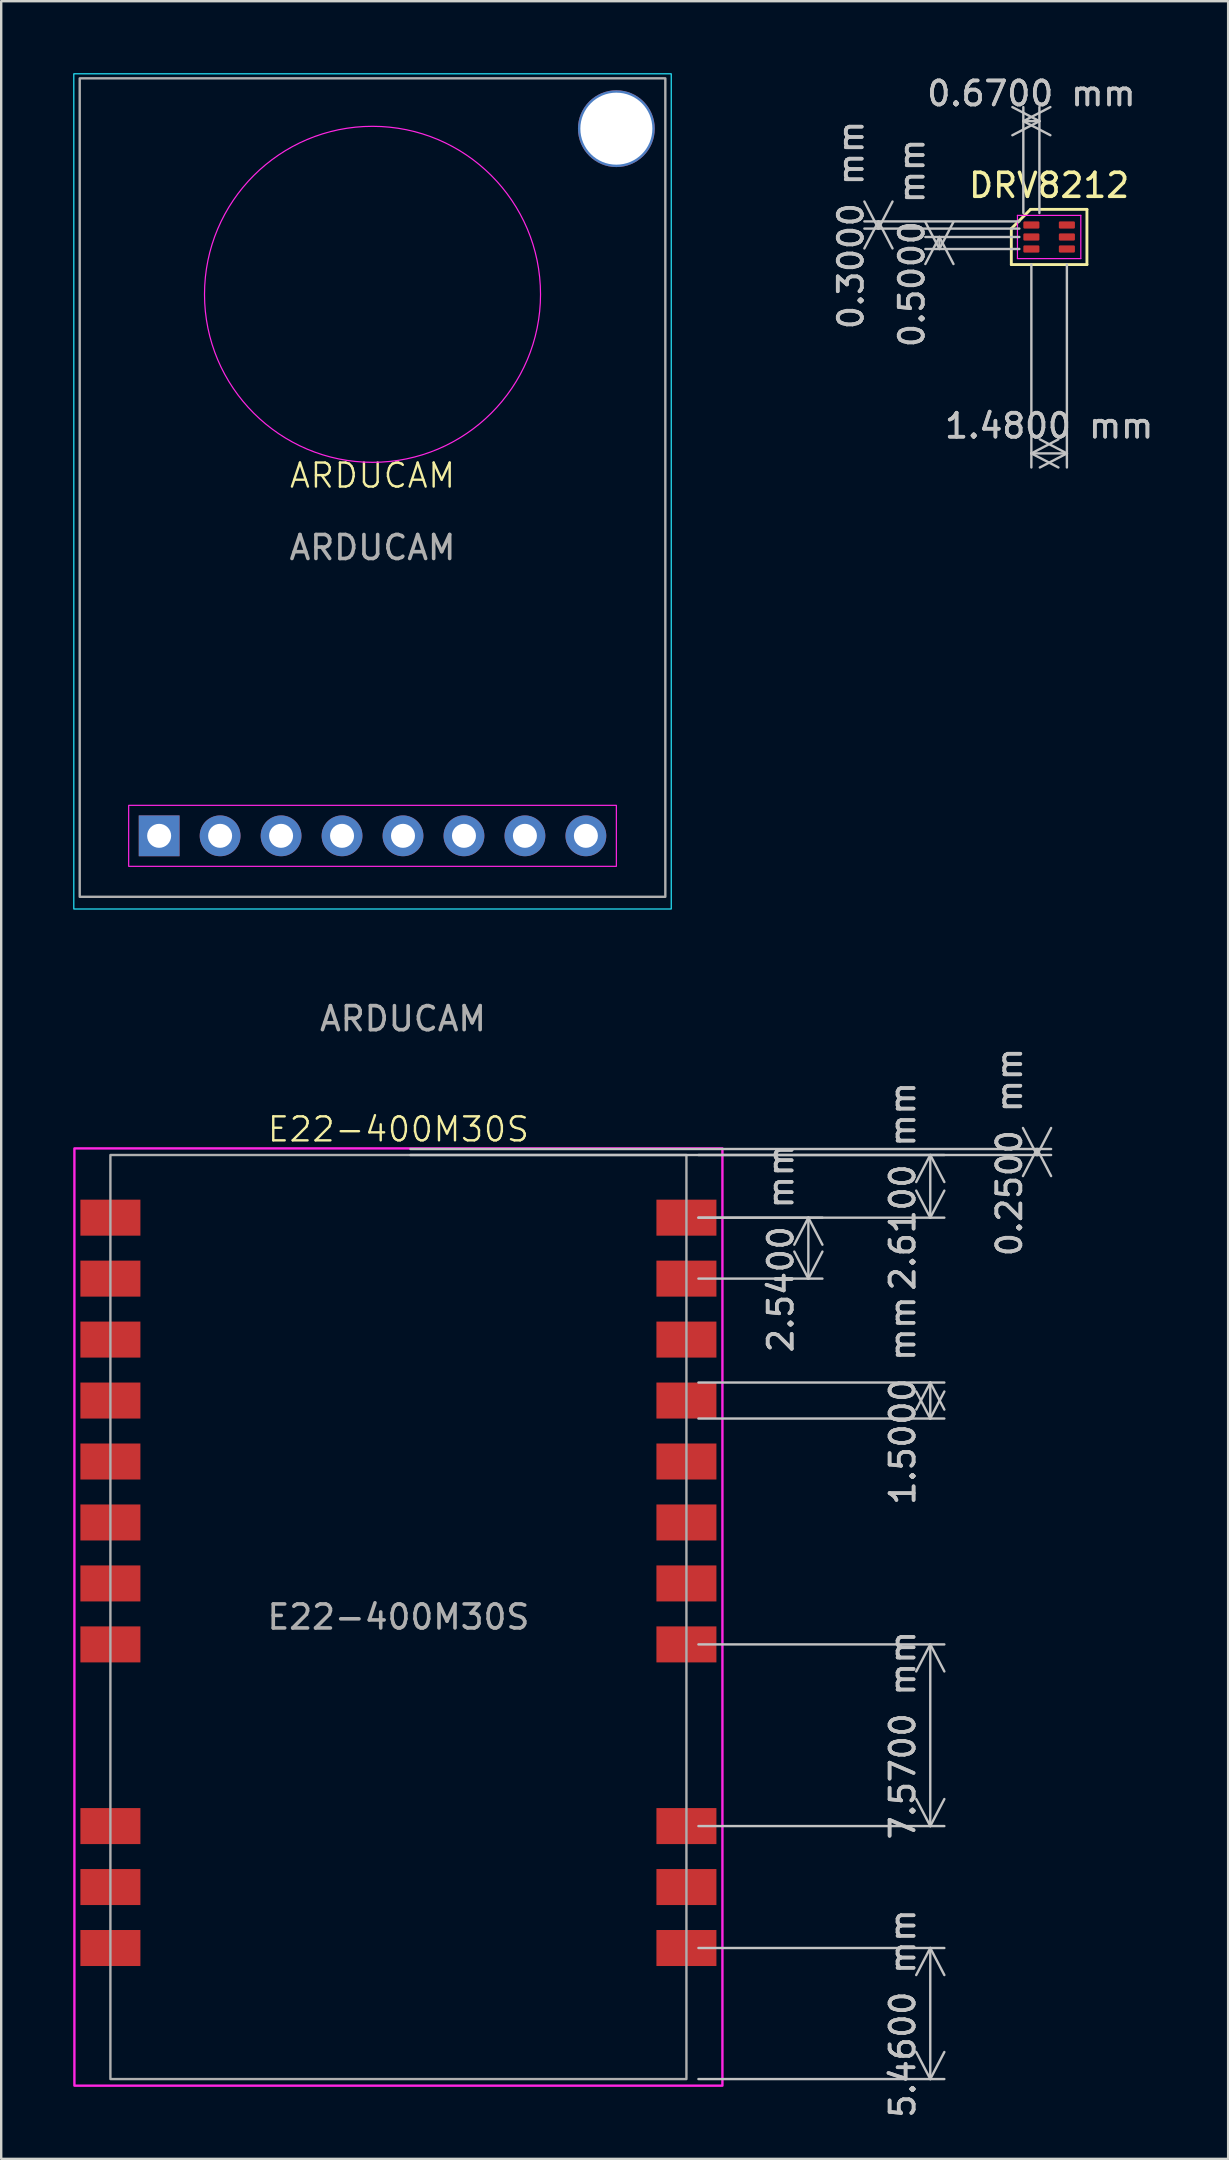
<source format=kicad_pcb>
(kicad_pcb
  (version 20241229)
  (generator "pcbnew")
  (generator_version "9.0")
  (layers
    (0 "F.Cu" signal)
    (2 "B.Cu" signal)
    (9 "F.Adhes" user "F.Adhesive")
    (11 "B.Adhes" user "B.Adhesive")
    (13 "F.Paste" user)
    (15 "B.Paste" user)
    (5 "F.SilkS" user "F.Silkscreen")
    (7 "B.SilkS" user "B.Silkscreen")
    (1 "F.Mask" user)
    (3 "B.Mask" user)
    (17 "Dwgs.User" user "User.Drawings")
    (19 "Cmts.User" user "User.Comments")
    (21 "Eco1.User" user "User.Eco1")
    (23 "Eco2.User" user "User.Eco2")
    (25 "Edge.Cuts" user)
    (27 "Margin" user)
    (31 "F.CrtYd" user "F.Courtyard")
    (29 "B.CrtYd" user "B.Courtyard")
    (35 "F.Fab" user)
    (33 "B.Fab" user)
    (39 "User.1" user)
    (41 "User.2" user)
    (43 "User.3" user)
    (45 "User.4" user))
  (footprint "E22-400M30S"
    (layer "F.Cu")
    (at 13.55 64.324)
    (property "Reference" "E22-400M30S" (at 0 -20.32 0) (unlocked yes) (layer "F.SilkS") (effects (font (size 1 1) (thickness 0.1))))
    (attr smd)
    (fp_rect (start 13.5 -19.525) (end -13.5 19.525) (stroke (width 0.1) (type default)) (fill no) (layer "F.CrtYd"))
    (fp_rect (start -12 -19.25) (end 12 19.25) (stroke (width 0.1) (type default)) (fill no) (layer "F.Fab"))
    (fp_text user "${REFERENCE}" (at 0 0 0) (unlocked yes) (layer "F.Fab") (effects (font (size 1 1) (thickness 0.15))))
    (dimension (type aligned) (layer "Dwgs.User") (pts (xy 25.55 47.684) (xy 25.55 50.224)) (height -5.08) (format (prefix "") (suffix "") (units 3) (units_format 1) (precision 4)) (style (thickness 0.1) (arrow_length 1.27) (text_position_mode 0) (arrow_direction outward) (extension_height 0.586) (extension_offset 0.5) (keep_text_aligned yes)) (gr_text "2.5400 mm" (at 29.48 48.954 90) (layer "Dwgs.User") (effects (font (size 1 1) (thickness 0.15)))))
    (dimension (type aligned) (layer "Dwgs.User") (pts (xy 25.55 83.574) (xy 25.55 78.114)) (height 10.16) (format (prefix "") (suffix "") (units 3) (units_format 1) (precision 4)) (style (thickness 0.1) (arrow_length 1.27) (text_position_mode 0) (arrow_direction outward) (extension_height 0.586) (extension_offset 0.5) (keep_text_aligned yes)) (gr_text "5.4600 mm" (at 34.56 80.844 90) (layer "Dwgs.User") (effects (font (size 1 1) (thickness 0.15)))))
    (dimension (type aligned) (layer "Dwgs.User") (pts (xy 13.55 45.074) (xy 13.55 44.824)) (height 26.608) (format (prefix "") (suffix "") (units 3) (units_format 1) (precision 4)) (style (thickness 0.1) (arrow_length 1.27) (text_position_mode 0) (arrow_direction outward) (extension_height 0.586) (extension_offset 0.5) (keep_text_aligned yes)) (gr_text "0.2500 mm" (at 39.008 44.949 90) (layer "Dwgs.User") (effects (font (size 1 1) (thickness 0.15)))))
    (dimension (type aligned) (layer "Dwgs.User") (pts (xy 25.55 47.684) (xy 25.55 45.074)) (height 10.16) (format (prefix "") (suffix "") (units 3) (units_format 1) (precision 4)) (style (thickness 0.1) (arrow_length 1.27) (text_position_mode 0) (arrow_direction outward) (extension_height 0.586) (extension_offset 0.5) (keep_text_aligned yes)) (gr_text "2.6100 mm" (at 34.56 46.379 90) (layer "Dwgs.User") (effects (font (size 1 1) (thickness 0.15)))))
    (dimension (type aligned) (layer "Dwgs.User") (pts (xy 25.55 73.034) (xy 25.55 65.464)) (height 10.16) (format (prefix "") (suffix "") (units 3) (units_format 1) (precision 4)) (style (thickness 0.1) (arrow_length 1.27) (text_position_mode 0) (arrow_direction outward) (extension_height 0.586) (extension_offset 0.5) (keep_text_aligned yes)) (gr_text "7.5700 mm" (at 34.56 69.249 90) (layer "Dwgs.User") (effects (font (size 1 1) (thickness 0.15)))))
    (dimension (type aligned) (layer "Dwgs.User") (pts (xy 25.55 54.554) (xy 25.55 56.054)) (height -10.16) (format (prefix "") (suffix "") (units 3) (units_format 1) (precision 4)) (style (thickness 0.1) (arrow_length 1.27) (text_position_mode 0) (arrow_direction outward) (extension_height 0.586) (extension_offset 0.5) (keep_text_aligned yes)) (gr_text "1.5000 mm" (at 34.56 55.304 90) (layer "Dwgs.User") (effects (font (size 1 1) (thickness 0.15)))))
    (pad "1" smd rect (at 12 13.79) (size 2.5 1.5) (layers "F.Cu" "F.Mask" "F.Paste"))
    (pad "2" smd rect (at 12 11.25) (size 2.5 1.5) (layers "F.Cu" "F.Mask" "F.Paste"))
    (pad "3" smd rect (at 12 8.71) (size 2.5 1.5) (layers "F.Cu" "F.Mask" "F.Paste"))
    (pad "4" smd rect (at 12 1.14) (size 2.5 1.5) (layers "F.Cu" "F.Mask" "F.Paste"))
    (pad "5" smd rect (at 12 -1.4) (size 2.5 1.5) (layers "F.Cu" "F.Mask" "F.Paste"))
    (pad "6" smd rect (at 12 -3.94) (size 2.5 1.5) (layers "F.Cu" "F.Mask" "F.Paste"))
    (pad "7" smd rect (at 12 -6.48) (size 2.5 1.5) (layers "F.Cu" "F.Mask" "F.Paste"))
    (pad "8" smd rect (at 12 -9.02) (size 2.5 1.5) (layers "F.Cu" "F.Mask" "F.Paste"))
    (pad "9" smd rect (at 12 -11.56) (size 2.5 1.5) (layers "F.Cu" "F.Mask" "F.Paste"))
    (pad "10" smd rect (at 12 -14.1) (size 2.5 1.5) (layers "F.Cu" "F.Mask" "F.Paste"))
    (pad "11" smd rect (at 12 -16.64) (size 2.5 1.5) (layers "F.Cu" "F.Mask" "F.Paste"))
    (pad "12" smd rect (at -12 -16.64) (size 2.5 1.5) (layers "F.Cu" "F.Mask" "F.Paste"))
    (pad "13" smd rect (at -12 -14.1) (size 2.5 1.5) (layers "F.Cu" "F.Mask" "F.Paste"))
    (pad "14" smd rect (at -12 -11.56) (size 2.5 1.5) (layers "F.Cu" "F.Mask" "F.Paste"))
    (pad "15" smd rect (at -12 -9.02) (size 2.5 1.5) (layers "F.Cu" "F.Mask" "F.Paste"))
    (pad "16" smd rect (at -12 -6.48) (size 2.5 1.5) (layers "F.Cu" "F.Mask" "F.Paste"))
    (pad "17" smd rect (at -12 -3.94) (size 2.5 1.5) (layers "F.Cu" "F.Mask" "F.Paste"))
    (pad "18" smd rect (at -12 -1.4) (size 2.5 1.5) (layers "F.Cu" "F.Mask" "F.Paste"))
    (pad "19" smd rect (at -12 1.14) (size 2.5 1.5) (layers "F.Cu" "F.Mask" "F.Paste"))
    (pad "20" smd rect (at -12 8.71) (size 2.5 1.5) (layers "F.Cu" "F.Mask" "F.Paste"))
    (pad "21" smd rect (at -12 11.25) (size 2.5 1.5) (layers "F.Cu" "F.Mask" "F.Paste"))
    (pad "22" smd rect (at -12 13.79) (size 2.5 1.5) (layers "F.Cu" "F.Mask" "F.Paste")))
  (footprint "ARDUCAM"
    (layer "F.Cu")
    (at 12.471 17.265)
    (property "Reference" "ARDUCAM" (at 0 -0.5 0) (unlocked yes) (layer "F.SilkS") (effects (font (size 1 1) (thickness 0.1))))
    (attr through_hole)
    (fp_rect (start -12.446 -17.24) (end 12.446 17.558) (stroke (width 0.05) (type default)) (fill no) (layer "B.CrtYd"))
    (fp_rect (start -10.16 13.24) (end 10.16 15.78) (stroke (width 0.05) (type default)) (fill no) (layer "F.CrtYd"))
    (fp_circle (center 0 -8.052) (end 7 -8.052) (stroke (width 0.05) (type default)) (fill no) (layer "F.CrtYd"))
    (fp_rect (start -12.2 -17.05) (end 12.2 17.05) (stroke (width 0.1) (type default)) (fill no) (layer "F.Fab"))
    (fp_text user "${REFERENCE}" (at 0 2.5 0) (unlocked yes) (layer "F.Fab") (effects (font (size 1 1) (thickness 0.15))))
    (fp_text user "${REFERENCE}" (at 1.27 22.13 180) (layer "F.Fab") (effects (font (size 1 1) (thickness 0.15))))
    (pad "1" thru_hole rect (at -8.89 14.51 90) (size 1.7 1.7) (drill 1) (layers "*.Cu" "*.Mask"))
    (pad "2" thru_hole oval (at -6.35 14.51 90) (size 1.7 1.7) (drill 1) (layers "*.Cu" "*.Mask"))
    (pad "3" thru_hole oval (at -3.81 14.51 90) (size 1.7 1.7) (drill 1) (layers "*.Cu" "*.Mask"))
    (pad "4" thru_hole oval (at -1.27 14.51 90) (size 1.7 1.7) (drill 1) (layers "*.Cu" "*.Mask"))
    (pad "5" thru_hole oval (at 1.27 14.51 90) (size 1.7 1.7) (drill 1) (layers "*.Cu" "*.Mask"))
    (pad "6" thru_hole oval (at 3.81 14.51 90) (size 1.7 1.7) (drill 1) (layers "*.Cu" "*.Mask"))
    (pad "7" thru_hole oval (at 6.35 14.51 90) (size 1.7 1.7) (drill 1) (layers "*.Cu" "*.Mask"))
    (pad "8" thru_hole oval (at 8.89 14.51 90) (size 1.7 1.7) (drill 1) (layers "*.Cu" "*.Mask"))
    (pad "9" thru_hole circle (at 10.16 -14.954 90) (size 3.2 3.2) (drill 3) (layers "*.Cu" "*.Mask")))
  (footprint "DRV8212"
    (layer "F.Cu")
    (at 40.662 6.824)
    (property "Reference" "DRV8212" (at 0 -2.15 0) (layer "F.SilkS") (effects (font (size 1 1) (thickness 0.15))))
    (attr smd)
    (fp_line (start -1.575 -0.35) (end -0.775 -1.15) (stroke (width 0.12) (type default)) (layer "F.SilkS"))
    (fp_line (start -1.575 1.15) (end -1.575 -0.35) (stroke (width 0.12) (type default)) (layer "F.SilkS"))
    (fp_line (start -0.775 -1.15) (end 1.575 -1.15) (stroke (width 0.12) (type default)) (layer "F.SilkS"))
    (fp_line (start 1.575 -1.15) (end 1.575 1.15) (stroke (width 0.12) (type default)) (layer "F.SilkS"))
    (fp_line (start 1.575 1.15) (end -1.575 1.15) (stroke (width 0.12) (type default)) (layer "F.SilkS"))
    (fp_line (start -1.32 -0.9) (end 1.32 -0.9) (stroke (width 0.05) (type default)) (layer "F.CrtYd"))
    (fp_line (start -1.32 0.9) (end -1.32 -0.9) (stroke (width 0.05) (type default)) (layer "F.CrtYd"))
    (fp_line (start 1.32 -0.9) (end 1.32 0.9) (stroke (width 0.05) (type default)) (layer "F.CrtYd"))
    (fp_line (start 1.32 0.9) (end -1.32 0.9) (stroke (width 0.05) (type default)) (layer "F.CrtYd"))
    (dimension (type aligned) (layer "Dwgs.User") (pts (xy 41.402 7.474) (xy 39.922 7.474)) (height -8.367) (format (prefix "") (suffix "") (units 3) (units_format 1) (precision 4)) (style (thickness 0.1) (arrow_length 1.27) (text_position_mode 0) (arrow_direction outward) (extension_height 0.586) (extension_offset 0.5) (keep_text_aligned yes)) (gr_text "1.4800 mm" (at 40.662 14.691 0) (layer "Dwgs.User") (effects (font (size 1 1) (thickness 0.15)))))
    (dimension (type aligned) (layer "Dwgs.User") (pts (xy 39.922 6.824) (xy 39.922 7.324)) (height 3.832) (format (prefix "") (suffix "") (units 3) (units_format 1) (precision 4)) (style (thickness 0.1) (arrow_length 1.27) (text_position_mode 0) (arrow_direction outward) (extension_height 0.586) (extension_offset 0.5) (keep_text_aligned yes)) (gr_text "0.5000 mm" (at 34.94 7.074 90) (layer "Dwgs.User") (effects (font (size 1 1) (thickness 0.15)))))
    (dimension (type aligned) (layer "Dwgs.User") (pts (xy 39.922 6.474) (xy 39.922 6.174)) (height -6.372) (format (prefix "") (suffix "") (units 3) (units_format 1) (precision 4)) (style (thickness 0.1) (arrow_length 1.27) (text_position_mode 0) (arrow_direction outward) (extension_height 0.586) (extension_offset 0.5) (keep_text_aligned yes)) (gr_text "0.3000 mm" (at 32.4 6.324 90) (layer "Dwgs.User") (effects (font (size 1 1) (thickness 0.15)))))
    (dimension (type aligned) (layer "Dwgs.User") (pts (xy 39.587 6.324) (xy 40.257 6.324)) (height -4.326) (format (prefix "") (suffix "") (units 3) (units_format 1) (precision 4)) (style (thickness 0.1) (arrow_length 1.27) (text_position_mode 0) (arrow_direction outward) (extension_height 0.586) (extension_offset 0.5) (keep_text_aligned yes)) (gr_text "0.6700 mm" (at 39.922 0.848 0) (layer "Dwgs.User") (effects (font (size 1 1) (thickness 0.15)))))
    (pad "1" smd roundrect (at -0.74 -0.5 270) (size 0.3 0.67) (layers "F.Cu" "F.Mask" "F.Paste") (roundrect_rratio 0.167))
    (pad "2" smd roundrect (at -0.74 0 270) (size 0.3 0.67) (layers "F.Cu" "F.Mask" "F.Paste") (roundrect_rratio 0.167))
    (pad "3" smd roundrect (at -0.74 0.5 270) (size 0.3 0.67) (layers "F.Cu" "F.Mask" "F.Paste") (roundrect_rratio 0.167))
    (pad "4" smd roundrect (at 0.74 0.5 270) (size 0.3 0.67) (layers "F.Cu" "F.Mask" "F.Paste") (roundrect_rratio 0.167))
    (pad "5" smd roundrect (at 0.74 0 270) (size 0.3 0.67) (layers "F.Cu" "F.Mask" "F.Paste") (roundrect_rratio 0.167))
    (pad "6" smd roundrect (at 0.74 -0.5 270) (size 0.3 0.67) (layers "F.Cu" "F.Mask" "F.Paste") (roundrect_rratio 0.167)))
  (gr_rect
    (start -3 -3)
    (end 48.121 86.899)
    (stroke (width 0.1) (type default))
    (fill no)
    (layer "Edge.Cuts")))
</source>
